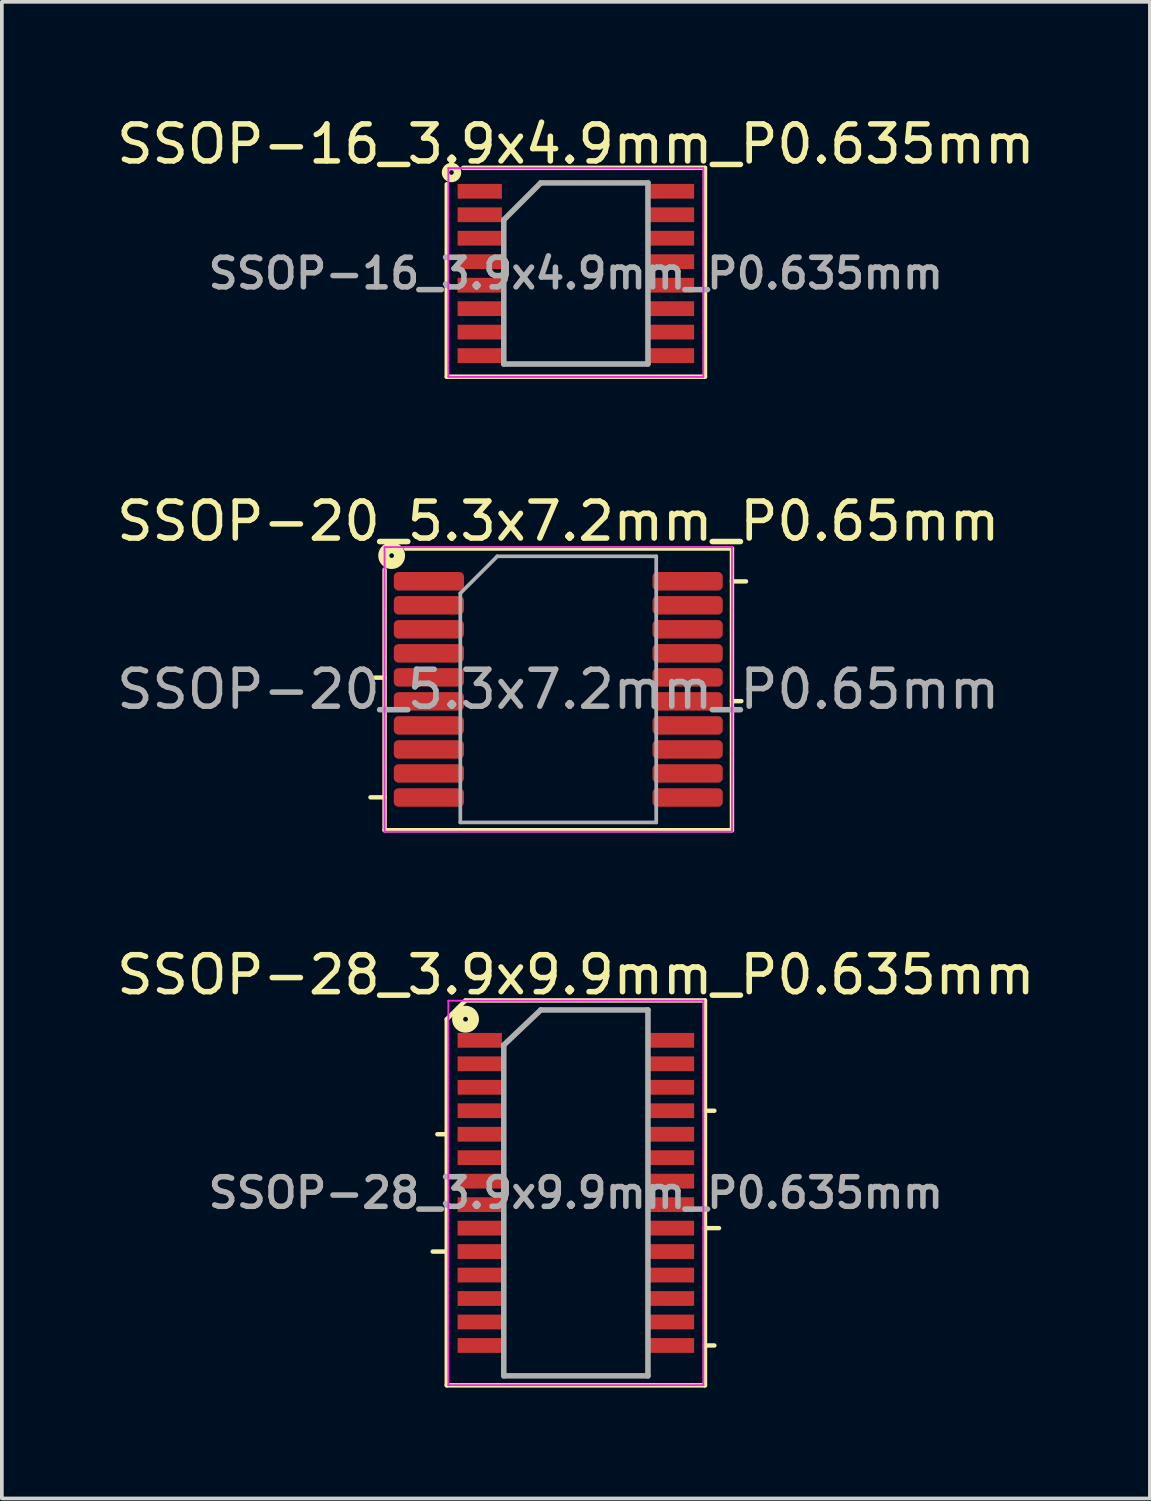
<source format=kicad_pcb>
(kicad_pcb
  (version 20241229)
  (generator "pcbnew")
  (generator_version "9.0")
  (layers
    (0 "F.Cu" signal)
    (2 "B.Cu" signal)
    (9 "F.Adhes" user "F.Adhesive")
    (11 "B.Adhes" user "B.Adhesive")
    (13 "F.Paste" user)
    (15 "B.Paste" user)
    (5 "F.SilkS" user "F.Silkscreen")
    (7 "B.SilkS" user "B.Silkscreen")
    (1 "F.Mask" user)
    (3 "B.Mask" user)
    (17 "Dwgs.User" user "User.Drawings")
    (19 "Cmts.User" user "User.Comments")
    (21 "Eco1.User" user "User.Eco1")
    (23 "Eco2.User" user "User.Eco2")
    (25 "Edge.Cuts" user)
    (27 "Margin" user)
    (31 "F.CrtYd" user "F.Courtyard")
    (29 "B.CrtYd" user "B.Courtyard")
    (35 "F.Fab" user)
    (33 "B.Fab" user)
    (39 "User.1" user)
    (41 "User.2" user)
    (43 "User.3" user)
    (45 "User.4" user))
  (footprint "SSOP-20_5.3x7.2mm_P0.65mm"
    (layer "F.Cu")
    (at 12.054 15.601)
    (property "Reference" "SSOP-20_5.3x7.2mm_P0.65mm" (at 0 -4.55 0) (layer "F.SilkS") (effects (font (size 1 1) (thickness 0.15))))
    (attr smd)
    (fp_line (start -4.699 -3.239) (end -4.699 3.81) (stroke (width 0.12) (type solid)) (layer "F.SilkS"))
    (fp_line (start -4.699 -0.318) (end -4.953 -0.318) (stroke (width 0.12) (type solid)) (layer "F.SilkS"))
    (fp_line (start -4.699 2.921) (end -5.08 2.921) (stroke (width 0.12) (type solid)) (layer "F.SilkS"))
    (fp_line (start -4.699 3.81) (end 4.699 3.81) (stroke (width 0.12) (type solid)) (layer "F.SilkS"))
    (fp_line (start 4.699 -3.81) (end -4.128 -3.81) (stroke (width 0.12) (type solid)) (layer "F.SilkS"))
    (fp_line (start 4.699 -2.921) (end 5.08 -2.921) (stroke (width 0.12) (type solid)) (layer "F.SilkS"))
    (fp_line (start 4.699 0.318) (end 4.953 0.318) (stroke (width 0.12) (type solid)) (layer "F.SilkS"))
    (fp_line (start 4.699 3.81) (end 4.699 -3.81) (stroke (width 0.12) (type solid)) (layer "F.SilkS"))
    (fp_circle (center -4.508 -3.619) (end -4.445 -3.619) (stroke (width 0.3) (type solid)) (fill no) (layer "F.SilkS"))
    (fp_line (start -4.7 -3.85) (end -4.7 3.85) (stroke (width 0.05) (type solid)) (layer "F.CrtYd"))
    (fp_line (start -4.7 3.85) (end 4.7 3.85) (stroke (width 0.05) (type solid)) (layer "F.CrtYd"))
    (fp_line (start 4.7 -3.85) (end -4.7 -3.85) (stroke (width 0.05) (type solid)) (layer "F.CrtYd"))
    (fp_line (start 4.7 3.85) (end 4.7 -3.85) (stroke (width 0.05) (type solid)) (layer "F.CrtYd"))
    (fp_line (start -2.65 -2.6) (end -1.65 -3.6) (stroke (width 0.1) (type solid)) (layer "F.Fab"))
    (fp_line (start -2.65 3.6) (end -2.65 -2.6) (stroke (width 0.1) (type solid)) (layer "F.Fab"))
    (fp_line (start -1.65 -3.6) (end 2.65 -3.6) (stroke (width 0.1) (type solid)) (layer "F.Fab"))
    (fp_line (start 2.65 -3.6) (end 2.65 3.6) (stroke (width 0.1) (type solid)) (layer "F.Fab"))
    (fp_line (start 2.65 3.6) (end -2.65 3.6) (stroke (width 0.1) (type solid)) (layer "F.Fab"))
    (fp_text user "${REFERENCE}" (at 0 0 0) (layer "F.Fab") (effects (font (size 1 1) (thickness 0.15))))
    (pad "1" smd roundrect (at -3.5 -2.925) (size 1.9 0.5) (layers "F.Cu" "F.Mask" "F.Paste") (roundrect_rratio 0.25))
    (pad "2" smd roundrect (at -3.5 -2.275) (size 1.9 0.5) (layers "F.Cu" "F.Mask" "F.Paste") (roundrect_rratio 0.25))
    (pad "3" smd roundrect (at -3.5 -1.625) (size 1.9 0.5) (layers "F.Cu" "F.Mask" "F.Paste") (roundrect_rratio 0.25))
    (pad "4" smd roundrect (at -3.5 -0.975) (size 1.9 0.5) (layers "F.Cu" "F.Mask" "F.Paste") (roundrect_rratio 0.25))
    (pad "5" smd roundrect (at -3.5 -0.325) (size 1.9 0.5) (layers "F.Cu" "F.Mask" "F.Paste") (roundrect_rratio 0.25))
    (pad "6" smd roundrect (at -3.5 0.325) (size 1.9 0.5) (layers "F.Cu" "F.Mask" "F.Paste") (roundrect_rratio 0.25))
    (pad "7" smd roundrect (at -3.5 0.975) (size 1.9 0.5) (layers "F.Cu" "F.Mask" "F.Paste") (roundrect_rratio 0.25))
    (pad "8" smd roundrect (at -3.5 1.625) (size 1.9 0.5) (layers "F.Cu" "F.Mask" "F.Paste") (roundrect_rratio 0.25))
    (pad "9" smd roundrect (at -3.5 2.275) (size 1.9 0.5) (layers "F.Cu" "F.Mask" "F.Paste") (roundrect_rratio 0.25))
    (pad "10" smd roundrect (at -3.5 2.925) (size 1.9 0.5) (layers "F.Cu" "F.Mask" "F.Paste") (roundrect_rratio 0.25))
    (pad "11" smd roundrect (at 3.5 2.925) (size 1.9 0.5) (layers "F.Cu" "F.Mask" "F.Paste") (roundrect_rratio 0.25))
    (pad "12" smd roundrect (at 3.5 2.275) (size 1.9 0.5) (layers "F.Cu" "F.Mask" "F.Paste") (roundrect_rratio 0.25))
    (pad "13" smd roundrect (at 3.5 1.625) (size 1.9 0.5) (layers "F.Cu" "F.Mask" "F.Paste") (roundrect_rratio 0.25))
    (pad "14" smd roundrect (at 3.5 0.975) (size 1.9 0.5) (layers "F.Cu" "F.Mask" "F.Paste") (roundrect_rratio 0.25))
    (pad "15" smd roundrect (at 3.5 0.325) (size 1.9 0.5) (layers "F.Cu" "F.Mask" "F.Paste") (roundrect_rratio 0.25))
    (pad "16" smd roundrect (at 3.5 -0.325) (size 1.9 0.5) (layers "F.Cu" "F.Mask" "F.Paste") (roundrect_rratio 0.25))
    (pad "17" smd roundrect (at 3.5 -0.975) (size 1.9 0.5) (layers "F.Cu" "F.Mask" "F.Paste") (roundrect_rratio 0.25))
    (pad "18" smd roundrect (at 3.5 -1.625) (size 1.9 0.5) (layers "F.Cu" "F.Mask" "F.Paste") (roundrect_rratio 0.25))
    (pad "19" smd roundrect (at 3.5 -2.275) (size 1.9 0.5) (layers "F.Cu" "F.Mask" "F.Paste") (roundrect_rratio 0.25))
    (pad "20" smd roundrect (at 3.5 -2.925) (size 1.9 0.5) (layers "F.Cu" "F.Mask" "F.Paste") (roundrect_rratio 0.25)))
  (footprint "SSOP-28_3.9x9.9mm_P0.635mm"
    (layer "F.Cu")
    (at 12.53 29.224)
    (property "Reference" "SSOP-28_3.9x9.9mm_P0.635mm" (at 0 -5.9 0) (layer "F.SilkS") (effects (font (size 1 1) (thickness 0.15))))
    (attr smd)
    (fp_line (start -3.493 -4.699) (end -3.493 5.207) (stroke (width 0.12) (type solid)) (layer "F.SilkS"))
    (fp_line (start -3.493 -4.699) (end -2.985 -5.207) (stroke (width 0.12) (type solid)) (layer "F.SilkS"))
    (fp_line (start -3.493 -1.587) (end -3.747 -1.587) (stroke (width 0.12) (type solid)) (layer "F.SilkS"))
    (fp_line (start -3.493 1.587) (end -3.873 1.587) (stroke (width 0.12) (type solid)) (layer "F.SilkS"))
    (fp_line (start -3.493 5.207) (end 3.493 5.207) (stroke (width 0.12) (type solid)) (layer "F.SilkS"))
    (fp_line (start 3.493 -5.207) (end -2.985 -5.207) (stroke (width 0.12) (type solid)) (layer "F.SilkS"))
    (fp_line (start 3.493 -2.223) (end 3.747 -2.223) (stroke (width 0.12) (type solid)) (layer "F.SilkS"))
    (fp_line (start 3.493 0.953) (end 3.873 0.953) (stroke (width 0.12) (type solid)) (layer "F.SilkS"))
    (fp_line (start 3.493 4.128) (end 3.747 4.128) (stroke (width 0.12) (type solid)) (layer "F.SilkS"))
    (fp_line (start 3.493 5.207) (end 3.493 -5.207) (stroke (width 0.12) (type solid)) (layer "F.SilkS"))
    (fp_circle (center -2.985 -4.699) (end -2.921 -4.699) (stroke (width 0.3) (type solid)) (fill no) (layer "F.SilkS"))
    (fp_line (start -3.45 -5.2) (end -3.45 5.2) (stroke (width 0.05) (type solid)) (layer "F.CrtYd"))
    (fp_line (start -3.45 -5.2) (end 3.45 -5.2) (stroke (width 0.05) (type solid)) (layer "F.CrtYd"))
    (fp_line (start -3.45 5.2) (end 3.45 5.2) (stroke (width 0.05) (type solid)) (layer "F.CrtYd"))
    (fp_line (start 3.45 -5.2) (end 3.45 5.2) (stroke (width 0.05) (type solid)) (layer "F.CrtYd"))
    (fp_line (start -1.95 -4) (end -0.95 -4.95) (stroke (width 0.15) (type solid)) (layer "F.Fab"))
    (fp_line (start -1.95 4.95) (end -1.95 -4) (stroke (width 0.15) (type solid)) (layer "F.Fab"))
    (fp_line (start -0.95 -4.95) (end 1.95 -4.95) (stroke (width 0.15) (type solid)) (layer "F.Fab"))
    (fp_line (start 1.95 -4.95) (end 1.95 4.95) (stroke (width 0.15) (type solid)) (layer "F.Fab"))
    (fp_line (start 1.95 4.95) (end -1.95 4.95) (stroke (width 0.15) (type solid)) (layer "F.Fab"))
    (fp_text user "${REFERENCE}" (at 0 0 0) (layer "F.Fab") (effects (font (size 0.8 0.8) (thickness 0.15))))
    (pad "1" smd rect (at -2.6 -4.128) (size 1.2 0.4) (layers "F.Cu" "F.Mask" "F.Paste"))
    (pad "2" smd rect (at -2.6 -3.493) (size 1.2 0.4) (layers "F.Cu" "F.Mask" "F.Paste"))
    (pad "3" smd rect (at -2.6 -2.857) (size 1.2 0.4) (layers "F.Cu" "F.Mask" "F.Paste"))
    (pad "4" smd rect (at -2.6 -2.223) (size 1.2 0.4) (layers "F.Cu" "F.Mask" "F.Paste"))
    (pad "5" smd rect (at -2.6 -1.587) (size 1.2 0.4) (layers "F.Cu" "F.Mask" "F.Paste"))
    (pad "6" smd rect (at -2.6 -0.953) (size 1.2 0.4) (layers "F.Cu" "F.Mask" "F.Paste"))
    (pad "7" smd rect (at -2.6 -0.318) (size 1.2 0.4) (layers "F.Cu" "F.Mask" "F.Paste"))
    (pad "8" smd rect (at -2.6 0.318) (size 1.2 0.4) (layers "F.Cu" "F.Mask" "F.Paste"))
    (pad "9" smd rect (at -2.6 0.953) (size 1.2 0.4) (layers "F.Cu" "F.Mask" "F.Paste"))
    (pad "10" smd rect (at -2.6 1.587) (size 1.2 0.4) (layers "F.Cu" "F.Mask" "F.Paste"))
    (pad "11" smd rect (at -2.6 2.223) (size 1.2 0.4) (layers "F.Cu" "F.Mask" "F.Paste"))
    (pad "12" smd rect (at -2.6 2.857) (size 1.2 0.4) (layers "F.Cu" "F.Mask" "F.Paste"))
    (pad "13" smd rect (at -2.6 3.493) (size 1.2 0.4) (layers "F.Cu" "F.Mask" "F.Paste"))
    (pad "14" smd rect (at -2.6 4.128) (size 1.2 0.4) (layers "F.Cu" "F.Mask" "F.Paste"))
    (pad "15" smd rect (at 2.6 4.128) (size 1.2 0.4) (layers "F.Cu" "F.Mask" "F.Paste"))
    (pad "16" smd rect (at 2.6 3.493) (size 1.2 0.4) (layers "F.Cu" "F.Mask" "F.Paste"))
    (pad "17" smd rect (at 2.6 2.857) (size 1.2 0.4) (layers "F.Cu" "F.Mask" "F.Paste"))
    (pad "18" smd rect (at 2.6 2.223) (size 1.2 0.4) (layers "F.Cu" "F.Mask" "F.Paste"))
    (pad "19" smd rect (at 2.6 1.587) (size 1.2 0.4) (layers "F.Cu" "F.Mask" "F.Paste"))
    (pad "20" smd rect (at 2.6 0.953) (size 1.2 0.4) (layers "F.Cu" "F.Mask" "F.Paste"))
    (pad "21" smd rect (at 2.6 0.318) (size 1.2 0.4) (layers "F.Cu" "F.Mask" "F.Paste"))
    (pad "22" smd rect (at 2.6 -0.318) (size 1.2 0.4) (layers "F.Cu" "F.Mask" "F.Paste"))
    (pad "23" smd rect (at 2.6 -0.953) (size 1.2 0.4) (layers "F.Cu" "F.Mask" "F.Paste"))
    (pad "24" smd rect (at 2.6 -1.587) (size 1.2 0.4) (layers "F.Cu" "F.Mask" "F.Paste"))
    (pad "25" smd rect (at 2.6 -2.223) (size 1.2 0.4) (layers "F.Cu" "F.Mask" "F.Paste"))
    (pad "26" smd rect (at 2.6 -2.857) (size 1.2 0.4) (layers "F.Cu" "F.Mask" "F.Paste"))
    (pad "27" smd rect (at 2.6 -3.493) (size 1.2 0.4) (layers "F.Cu" "F.Mask" "F.Paste"))
    (pad "28" smd rect (at 2.6 -4.128) (size 1.2 0.4) (layers "F.Cu" "F.Mask" "F.Paste")))
  (footprint "SSOP-16_3.9x4.9mm_P0.635mm"
    (layer "F.Cu")
    (at 12.53 4.348)
    (property "Reference" "SSOP-16_3.9x4.9mm_P0.635mm" (at 0 -3.5 0) (layer "F.SilkS") (effects (font (size 1 1) (thickness 0.15))))
    (attr smd)
    (fp_line (start -3.493 -2.413) (end -3.493 2.794) (stroke (width 0.12) (type solid)) (layer "F.SilkS"))
    (fp_line (start -3.493 2.794) (end 3.493 2.794) (stroke (width 0.12) (type solid)) (layer "F.SilkS"))
    (fp_line (start 3.493 -2.857) (end -3.048 -2.857) (stroke (width 0.12) (type solid)) (layer "F.SilkS"))
    (fp_line (start 3.493 2.794) (end 3.493 -2.857) (stroke (width 0.12) (type solid)) (layer "F.SilkS"))
    (fp_circle (center -3.365 -2.731) (end -3.302 -2.731) (stroke (width 0.2) (type solid)) (fill no) (layer "F.SilkS"))
    (fp_line (start -3.45 -2.85) (end -3.45 2.8) (stroke (width 0.05) (type solid)) (layer "F.CrtYd"))
    (fp_line (start -3.45 -2.85) (end 3.45 -2.85) (stroke (width 0.05) (type solid)) (layer "F.CrtYd"))
    (fp_line (start -3.45 2.8) (end 3.45 2.8) (stroke (width 0.05) (type solid)) (layer "F.CrtYd"))
    (fp_line (start 3.45 -2.85) (end 3.45 2.8) (stroke (width 0.05) (type solid)) (layer "F.CrtYd"))
    (fp_line (start -1.95 -1.45) (end -0.95 -2.45) (stroke (width 0.15) (type solid)) (layer "F.Fab"))
    (fp_line (start -1.95 2.45) (end -1.95 -1.45) (stroke (width 0.15) (type solid)) (layer "F.Fab"))
    (fp_line (start -0.95 -2.45) (end 1.95 -2.45) (stroke (width 0.15) (type solid)) (layer "F.Fab"))
    (fp_line (start 1.95 -2.45) (end 1.95 2.45) (stroke (width 0.15) (type solid)) (layer "F.Fab"))
    (fp_line (start 1.95 2.45) (end -1.95 2.45) (stroke (width 0.15) (type solid)) (layer "F.Fab"))
    (fp_text user "${REFERENCE}" (at 0 0 0) (layer "F.Fab") (effects (font (size 0.8 0.8) (thickness 0.15))))
    (pad "1" smd rect (at -2.6 -2.223) (size 1.2 0.4) (layers "F.Cu" "F.Mask" "F.Paste"))
    (pad "2" smd rect (at -2.6 -1.587) (size 1.2 0.4) (layers "F.Cu" "F.Mask" "F.Paste"))
    (pad "3" smd rect (at -2.6 -0.953) (size 1.2 0.4) (layers "F.Cu" "F.Mask" "F.Paste"))
    (pad "4" smd rect (at -2.6 -0.318) (size 1.2 0.4) (layers "F.Cu" "F.Mask" "F.Paste"))
    (pad "5" smd rect (at -2.6 0.318) (size 1.2 0.4) (layers "F.Cu" "F.Mask" "F.Paste"))
    (pad "6" smd rect (at -2.6 0.953) (size 1.2 0.4) (layers "F.Cu" "F.Mask" "F.Paste"))
    (pad "7" smd rect (at -2.6 1.587) (size 1.2 0.4) (layers "F.Cu" "F.Mask" "F.Paste"))
    (pad "8" smd rect (at -2.6 2.223) (size 1.2 0.4) (layers "F.Cu" "F.Mask" "F.Paste"))
    (pad "9" smd rect (at 2.6 2.223) (size 1.2 0.4) (layers "F.Cu" "F.Mask" "F.Paste"))
    (pad "10" smd rect (at 2.6 1.587) (size 1.2 0.4) (layers "F.Cu" "F.Mask" "F.Paste"))
    (pad "11" smd rect (at 2.6 0.953) (size 1.2 0.4) (layers "F.Cu" "F.Mask" "F.Paste"))
    (pad "12" smd rect (at 2.6 0.318) (size 1.2 0.4) (layers "F.Cu" "F.Mask" "F.Paste"))
    (pad "13" smd rect (at 2.6 -0.318) (size 1.2 0.4) (layers "F.Cu" "F.Mask" "F.Paste"))
    (pad "14" smd rect (at 2.6 -0.953) (size 1.2 0.4) (layers "F.Cu" "F.Mask" "F.Paste"))
    (pad "15" smd rect (at 2.6 -1.587) (size 1.2 0.4) (layers "F.Cu" "F.Mask" "F.Paste"))
    (pad "16" smd rect (at 2.6 -2.223) (size 1.2 0.4) (layers "F.Cu" "F.Mask" "F.Paste")))
  (gr_rect
    (start -3 -3)
    (end 28.06 37.491)
    (stroke (width 0.1) (type default))
    (fill no)
    (layer "Edge.Cuts")))
</source>
